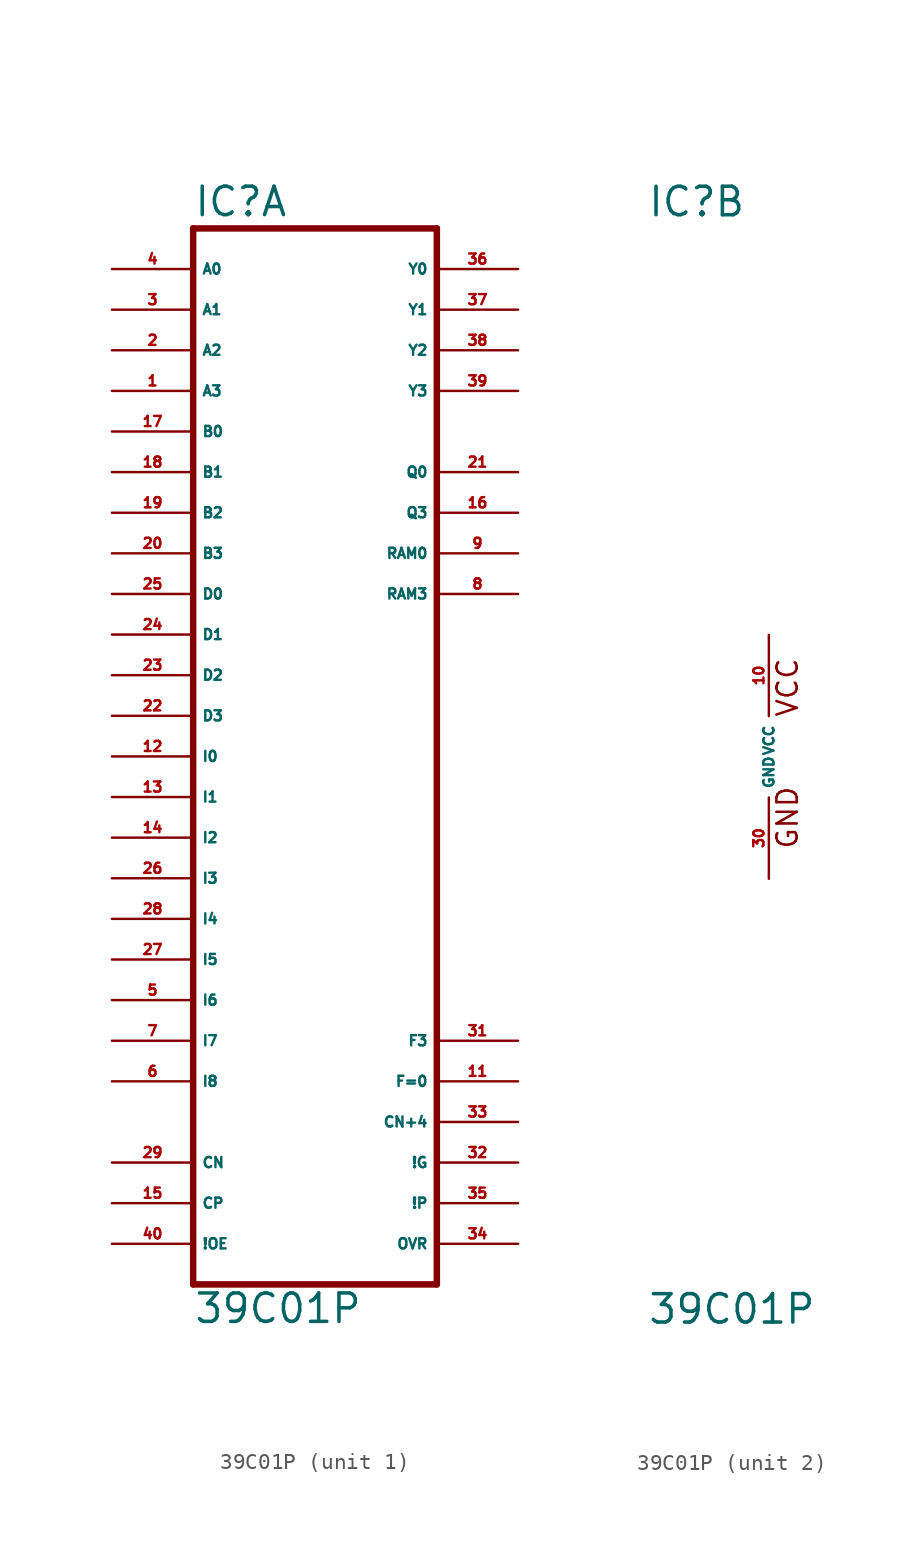
<source format=kicad_sym>
(kicad_symbol_lib
  (version 20220914)
  (generator Eagle2Kicad)
  (symbol "39C01P"
    (property "Reference" "IC"
      (at -7.62 33.655 0)
      (effects (font (size 1.778 1.778) (thickness 0.22)) (justify left bottom)))
    (property "Value" "39C01P"
      (at -7.62 -35.56 0)
      (effects (font (size 1.778 1.778) (thickness 0.22)) (justify left bottom)))
    (symbol "39C01P_1_0"
      (polyline (pts (xy -7.62 -33.02) (xy 7.62 -33.02)) (stroke (width 0.406) (type default)) (fill (type none)))
      (polyline (pts (xy 7.62 -33.02) (xy 7.62 33.02)) (stroke (width 0.406) (type default)) (fill (type none)))
      (polyline (pts (xy 7.62 33.02) (xy -7.62 33.02)) (stroke (width 0.406) (type default)) (fill (type none)))
      (polyline (pts (xy -7.62 33.02) (xy -7.62 -33.02)) (stroke (width 0.406) (type default)) (fill (type none)))
      (pin input line (at -12.7 30.48 0) (length 5.08) (name "A0" (effects (font (size 0.635 0.635) (thickness 0.08)) (justify left bottom))) (number "4" (effects (font (size 0.635 0.635) (thickness 0.08)) (justify left bottom))))
      (pin input line (at -12.7 27.94 0) (length 5.08) (name "A1" (effects (font (size 0.635 0.635) (thickness 0.08)) (justify left bottom))) (number "3" (effects (font (size 0.635 0.635) (thickness 0.08)) (justify left bottom))))
      (pin input line (at -12.7 25.4 0) (length 5.08) (name "A2" (effects (font (size 0.635 0.635) (thickness 0.08)) (justify left bottom))) (number "2" (effects (font (size 0.635 0.635) (thickness 0.08)) (justify left bottom))))
      (pin input line (at -12.7 22.86 0) (length 5.08) (name "A3" (effects (font (size 0.635 0.635) (thickness 0.08)) (justify left bottom))) (number "1" (effects (font (size 0.635 0.635) (thickness 0.08)) (justify left bottom))))
      (pin input line (at -12.7 20.32 0) (length 5.08) (name "B0" (effects (font (size 0.635 0.635) (thickness 0.08)) (justify left bottom))) (number "17" (effects (font (size 0.635 0.635) (thickness 0.08)) (justify left bottom))))
      (pin input line (at -12.7 17.78 0) (length 5.08) (name "B1" (effects (font (size 0.635 0.635) (thickness 0.08)) (justify left bottom))) (number "18" (effects (font (size 0.635 0.635) (thickness 0.08)) (justify left bottom))))
      (pin input line (at -12.7 15.24 0) (length 5.08) (name "B2" (effects (font (size 0.635 0.635) (thickness 0.08)) (justify left bottom))) (number "19" (effects (font (size 0.635 0.635) (thickness 0.08)) (justify left bottom))))
      (pin input line (at -12.7 12.7 0) (length 5.08) (name "B3" (effects (font (size 0.635 0.635) (thickness 0.08)) (justify left bottom))) (number "20" (effects (font (size 0.635 0.635) (thickness 0.08)) (justify left bottom))))
      (pin input line (at -12.7 10.16 0) (length 5.08) (name "D0" (effects (font (size 0.635 0.635) (thickness 0.08)) (justify left bottom))) (number "25" (effects (font (size 0.635 0.635) (thickness 0.08)) (justify left bottom))))
      (pin input line (at -12.7 7.62 0) (length 5.08) (name "D1" (effects (font (size 0.635 0.635) (thickness 0.08)) (justify left bottom))) (number "24" (effects (font (size 0.635 0.635) (thickness 0.08)) (justify left bottom))))
      (pin input line (at -12.7 5.08 0) (length 5.08) (name "D2" (effects (font (size 0.635 0.635) (thickness 0.08)) (justify left bottom))) (number "23" (effects (font (size 0.635 0.635) (thickness 0.08)) (justify left bottom))))
      (pin input line (at -12.7 2.54 0) (length 5.08) (name "D3" (effects (font (size 0.635 0.635) (thickness 0.08)) (justify left bottom))) (number "22" (effects (font (size 0.635 0.635) (thickness 0.08)) (justify left bottom))))
      (pin input line (at -12.7 0 0) (length 5.08) (name "I0" (effects (font (size 0.635 0.635) (thickness 0.08)) (justify left bottom))) (number "12" (effects (font (size 0.635 0.635) (thickness 0.08)) (justify left bottom))))
      (pin input line (at -12.7 -2.54 0) (length 5.08) (name "I1" (effects (font (size 0.635 0.635) (thickness 0.08)) (justify left bottom))) (number "13" (effects (font (size 0.635 0.635) (thickness 0.08)) (justify left bottom))))
      (pin input line (at -12.7 -5.08 0) (length 5.08) (name "I2" (effects (font (size 0.635 0.635) (thickness 0.08)) (justify left bottom))) (number "14" (effects (font (size 0.635 0.635) (thickness 0.08)) (justify left bottom))))
      (pin input line (at -12.7 -7.62 0) (length 5.08) (name "I3" (effects (font (size 0.635 0.635) (thickness 0.08)) (justify left bottom))) (number "26" (effects (font (size 0.635 0.635) (thickness 0.08)) (justify left bottom))))
      (pin input line (at -12.7 -10.16 0) (length 5.08) (name "I4" (effects (font (size 0.635 0.635) (thickness 0.08)) (justify left bottom))) (number "28" (effects (font (size 0.635 0.635) (thickness 0.08)) (justify left bottom))))
      (pin input line (at -12.7 -12.7 0) (length 5.08) (name "I5" (effects (font (size 0.635 0.635) (thickness 0.08)) (justify left bottom))) (number "27" (effects (font (size 0.635 0.635) (thickness 0.08)) (justify left bottom))))
      (pin input line (at -12.7 -15.24 0) (length 5.08) (name "I6" (effects (font (size 0.635 0.635) (thickness 0.08)) (justify left bottom))) (number "5" (effects (font (size 0.635 0.635) (thickness 0.08)) (justify left bottom))))
      (pin input line (at -12.7 -17.78 0) (length 5.08) (name "I7" (effects (font (size 0.635 0.635) (thickness 0.08)) (justify left bottom))) (number "7" (effects (font (size 0.635 0.635) (thickness 0.08)) (justify left bottom))))
      (pin input line (at -12.7 -20.32 0) (length 5.08) (name "I8" (effects (font (size 0.635 0.635) (thickness 0.08)) (justify left bottom))) (number "6" (effects (font (size 0.635 0.635) (thickness 0.08)) (justify left bottom))))
      (pin output line (at 12.7 30.48 180) (length 5.08) (name "Y0" (effects (font (size 0.635 0.635) (thickness 0.08)) (justify left bottom))) (number "36" (effects (font (size 0.635 0.635) (thickness 0.08)) (justify left bottom))))
      (pin output line (at 12.7 27.94 180) (length 5.08) (name "Y1" (effects (font (size 0.635 0.635) (thickness 0.08)) (justify left bottom))) (number "37" (effects (font (size 0.635 0.635) (thickness 0.08)) (justify left bottom))))
      (pin output line (at 12.7 25.4 180) (length 5.08) (name "Y2" (effects (font (size 0.635 0.635) (thickness 0.08)) (justify left bottom))) (number "38" (effects (font (size 0.635 0.635) (thickness 0.08)) (justify left bottom))))
      (pin output line (at 12.7 22.86 180) (length 5.08) (name "Y3" (effects (font (size 0.635 0.635) (thickness 0.08)) (justify left bottom))) (number "39" (effects (font (size 0.635 0.635) (thickness 0.08)) (justify left bottom))))
      (pin input line (at -12.7 -25.4 0) (length 5.08) (name "CN" (effects (font (size 0.635 0.635) (thickness 0.08)) (justify left bottom))) (number "29" (effects (font (size 0.635 0.635) (thickness 0.08)) (justify left bottom))))
      (pin input line (at -12.7 -27.94 0) (length 5.08) (name "CP" (effects (font (size 0.635 0.635) (thickness 0.08)) (justify left bottom))) (number "15" (effects (font (size 0.635 0.635) (thickness 0.08)) (justify left bottom))))
      (pin input line (at -12.7 -30.48 0) (length 5.08) (name "!OE" (effects (font (size 0.635 0.635) (thickness 0.08)) (justify left bottom))) (number "40" (effects (font (size 0.635 0.635) (thickness 0.08)) (justify left bottom))))
      (pin bidirectional line (at 12.7 17.78 180) (length 5.08) (name "Q0" (effects (font (size 0.635 0.635) (thickness 0.08)) (justify left bottom))) (number "21" (effects (font (size 0.635 0.635) (thickness 0.08)) (justify left bottom))))
      (pin bidirectional line (at 12.7 15.24 180) (length 5.08) (name "Q3" (effects (font (size 0.635 0.635) (thickness 0.08)) (justify left bottom))) (number "16" (effects (font (size 0.635 0.635) (thickness 0.08)) (justify left bottom))))
      (pin bidirectional line (at 12.7 12.7 180) (length 5.08) (name "RAM0" (effects (font (size 0.635 0.635) (thickness 0.08)) (justify left bottom))) (number "9" (effects (font (size 0.635 0.635) (thickness 0.08)) (justify left bottom))))
      (pin bidirectional line (at 12.7 10.16 180) (length 5.08) (name "RAM3" (effects (font (size 0.635 0.635) (thickness 0.08)) (justify left bottom))) (number "8" (effects (font (size 0.635 0.635) (thickness 0.08)) (justify left bottom))))
      (pin output line (at 12.7 -30.48 180) (length 5.08) (name "OVR" (effects (font (size 0.635 0.635) (thickness 0.08)) (justify left bottom))) (number "34" (effects (font (size 0.635 0.635) (thickness 0.08)) (justify left bottom))))
      (pin output line (at 12.7 -27.94 180) (length 5.08) (name "!P" (effects (font (size 0.635 0.635) (thickness 0.08)) (justify left bottom))) (number "35" (effects (font (size 0.635 0.635) (thickness 0.08)) (justify left bottom))))
      (pin output line (at 12.7 -25.4 180) (length 5.08) (name "!G" (effects (font (size 0.635 0.635) (thickness 0.08)) (justify left bottom))) (number "32" (effects (font (size 0.635 0.635) (thickness 0.08)) (justify left bottom))))
      (pin output line (at 12.7 -22.86 180) (length 5.08) (name "CN+4" (effects (font (size 0.635 0.635) (thickness 0.08)) (justify left bottom))) (number "33" (effects (font (size 0.635 0.635) (thickness 0.08)) (justify left bottom))))
      (pin output line (at 12.7 -20.32 180) (length 5.08) (name "F=0" (effects (font (size 0.635 0.635) (thickness 0.08)) (justify left bottom))) (number "11" (effects (font (size 0.635 0.635) (thickness 0.08)) (justify left bottom))))
      (pin output line (at 12.7 -17.78 180) (length 5.08) (name "F3" (effects (font (size 0.635 0.635) (thickness 0.08)) (justify left bottom))) (number "31" (effects (font (size 0.635 0.635) (thickness 0.08)) (justify left bottom)))))
    (symbol "39C01P_2_0"
      (text "GND" (at 1.905 -5.842 900) (effects (font (size 1.27 1.27) (thickness 0.16)) (justify left bottom)))
      (text "VCC" (at 1.905 2.413 900) (effects (font (size 1.27 1.27) (thickness 0.16)) (justify left bottom)))
      (pin unspecified line (at 0 7.62 270) (length 5.08) (name "VCC" (effects (font (size 0.635 0.635) (thickness 0.08)) (justify left bottom))) (number "10" (effects (font (size 0.635 0.635) (thickness 0.08)) (justify left bottom))))
      (pin unspecified line (at 0 -7.62 90) (length 5.08) (name "GND" (effects (font (size 0.635 0.635) (thickness 0.08)) (justify left bottom))) (number "30" (effects (font (size 0.635 0.635) (thickness 0.08)) (justify left bottom)))))))
</source>
